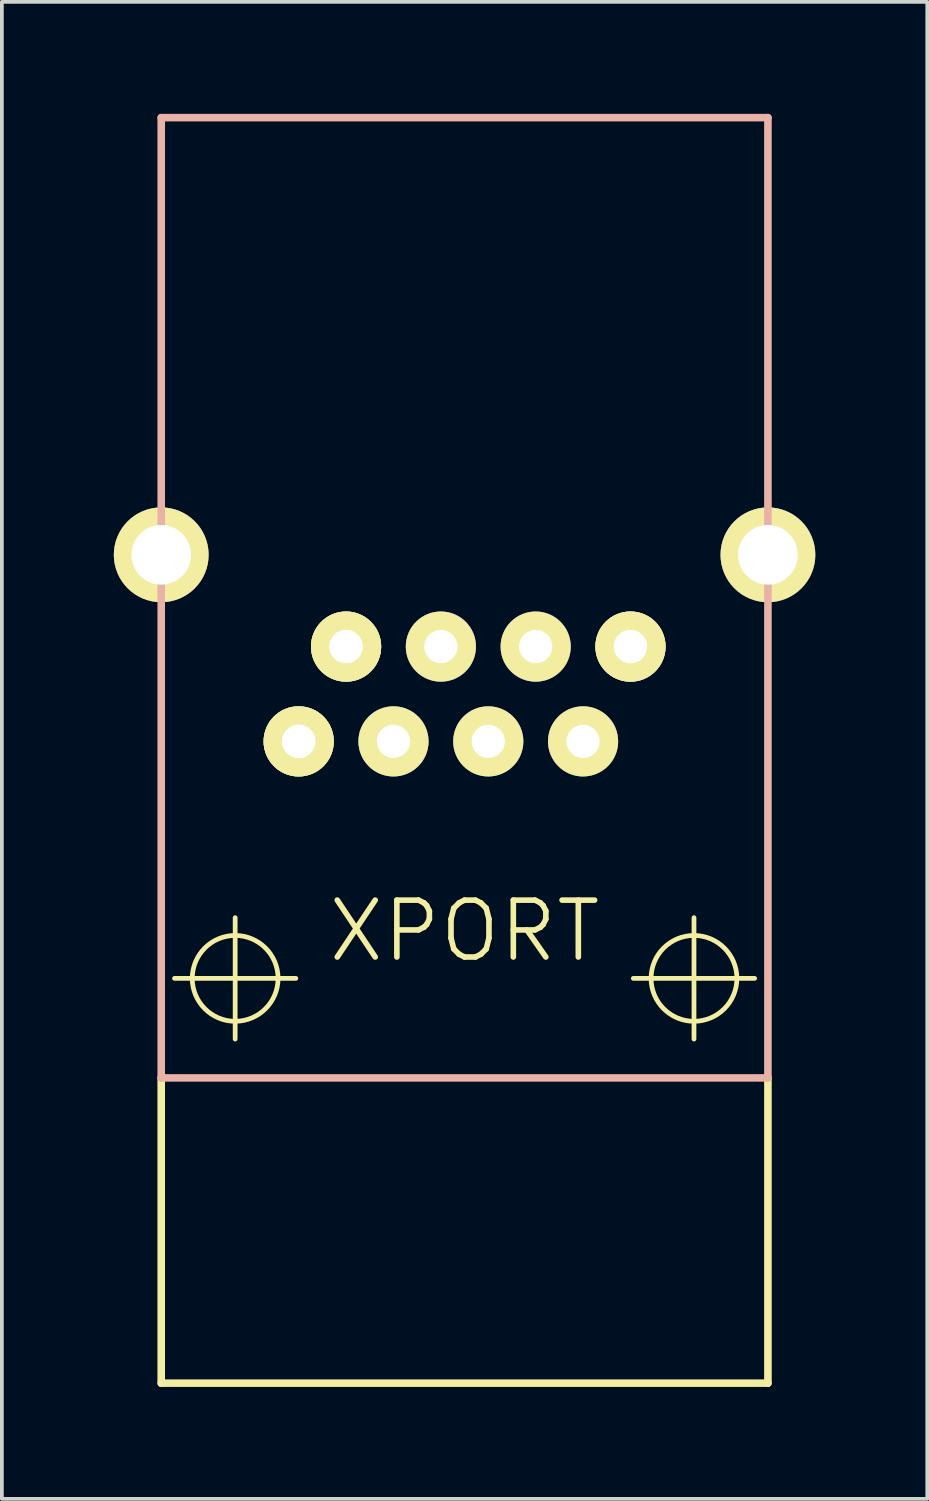
<source format=kicad_pcb>
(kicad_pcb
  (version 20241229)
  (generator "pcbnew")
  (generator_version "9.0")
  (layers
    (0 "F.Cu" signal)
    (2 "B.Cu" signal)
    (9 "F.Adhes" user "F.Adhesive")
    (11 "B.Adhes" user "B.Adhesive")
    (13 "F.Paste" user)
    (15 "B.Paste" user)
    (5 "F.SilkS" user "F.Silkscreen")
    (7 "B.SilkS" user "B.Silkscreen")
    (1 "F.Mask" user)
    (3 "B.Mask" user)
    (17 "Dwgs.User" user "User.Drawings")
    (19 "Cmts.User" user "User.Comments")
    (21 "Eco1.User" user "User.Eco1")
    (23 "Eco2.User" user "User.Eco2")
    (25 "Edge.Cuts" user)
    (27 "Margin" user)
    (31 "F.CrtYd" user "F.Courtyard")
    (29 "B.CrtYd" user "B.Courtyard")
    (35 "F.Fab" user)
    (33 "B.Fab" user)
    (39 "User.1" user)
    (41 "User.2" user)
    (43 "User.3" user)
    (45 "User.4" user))
  (footprint "XPORT"
    (layer "F.Cu")
    (at 9.398 21.895)
    (property "Reference" "XPORT" (at 0 0 0) (layer "F.SilkS") (effects (font (size 1.524 1.524) (thickness 0.15))))
    (attr exclude_from_pos_files exclude_from_bom)
    (fp_line (start -8.128 3.937) (end -8.128 12.116) (stroke (width 0.203) (type solid)) (layer "F.SilkS"))
    (fp_line (start -8.128 12.116) (end 8.128 12.116) (stroke (width 0.203) (type solid)) (layer "F.SilkS"))
    (fp_line (start -7.772 1.27) (end -4.521 1.27) (stroke (width 0.127) (type solid)) (layer "F.SilkS"))
    (fp_line (start -6.147 2.896) (end -6.147 -0.356) (stroke (width 0.127) (type solid)) (layer "F.SilkS"))
    (fp_line (start 4.521 1.27) (end 7.772 1.27) (stroke (width 0.127) (type solid)) (layer "F.SilkS"))
    (fp_line (start 6.147 2.896) (end 6.147 -0.356) (stroke (width 0.127) (type solid)) (layer "F.SilkS"))
    (fp_line (start 8.128 12.116) (end 8.128 3.937) (stroke (width 0.203) (type solid)) (layer "F.SilkS"))
    (fp_circle (center -6.147 1.27) (end -6.96 2.083) (stroke (width 0.127) (type solid)) (fill no) (layer "F.SilkS"))
    (fp_circle (center 6.147 1.27) (end 6.96 2.083) (stroke (width 0.127) (type solid)) (fill no) (layer "F.SilkS"))
    (fp_line (start -8.128 -21.793) (end -8.128 3.937) (stroke (width 0.203) (type solid)) (layer "B.SilkS"))
    (fp_line (start 8.128 -21.793) (end -8.128 -21.793) (stroke (width 0.203) (type solid)) (layer "B.SilkS"))
    (fp_line (start 8.128 3.937) (end -8.128 3.937) (stroke (width 0.203) (type solid)) (layer "B.SilkS"))
    (fp_line (start 8.128 3.937) (end 8.128 -21.793) (stroke (width 0.203) (type solid)) (layer "B.SilkS"))
    (pad "1" thru_hole circle (at -3.175 -7.62) (size 1.88 1.88) (drill 0.889) (layers "*.Cu" "F.Mask" "F.SilkS" "F.Paste"))
    (pad "8" thru_hole circle (at 4.445 -7.62) (size 1.88 1.88) (drill 0.889) (layers "*.Cu" "F.Mask" "F.SilkS" "F.Paste"))
    (pad "10" thru_hole circle (at -4.445 -5.08) (size 1.88 1.88) (drill 0.889) (layers "*.Cu" "F.Mask" "F.SilkS" "F.Paste"))
    (pad "GND@" thru_hole circle (at -8.128 -10.079) (size 2.54 2.54) (drill 1.598) (layers "*.Cu" "F.Mask" "F.SilkS" "F.Paste"))
    (pad "GND@" thru_hole circle (at 8.128 -10.079) (size 2.54 2.54) (drill 1.598) (layers "*.Cu" "F.Mask" "F.SilkS" "F.Paste"))
    (pad "P1" thru_hole circle (at 4.445 -7.62) (size 1.88 1.88) (drill 0.889) (layers "*.Cu" "F.Mask" "F.SilkS" "F.Paste"))
    (pad "P2" thru_hole circle (at 3.175 -5.08) (size 1.88 1.88) (drill 0.889) (layers "*.Cu" "F.Mask" "F.SilkS" "F.Paste"))
    (pad "P3" thru_hole circle (at 1.905 -7.62) (size 1.88 1.88) (drill 0.889) (layers "*.Cu" "F.Mask" "F.SilkS" "F.Paste"))
    (pad "P4" thru_hole circle (at 0.635 -5.08) (size 1.88 1.88) (drill 0.889) (layers "*.Cu" "F.Mask" "F.SilkS" "F.Paste"))
    (pad "P5" thru_hole circle (at -0.635 -7.62) (size 1.88 1.88) (drill 0.889) (layers "*.Cu" "F.Mask" "F.SilkS" "F.Paste"))
    (pad "P6" thru_hole circle (at -1.905 -5.08) (size 1.88 1.88) (drill 0.889) (layers "*.Cu" "F.Mask" "F.SilkS" "F.Paste"))
    (pad "P7" thru_hole circle (at -3.175 -7.62) (size 1.88 1.88) (drill 0.889) (layers "*.Cu" "F.Mask" "F.SilkS" "F.Paste"))
    (pad "P8" thru_hole circle (at -4.445 -5.08) (size 1.88 1.88) (drill 0.889) (layers "*.Cu" "F.Mask" "F.SilkS" "F.Paste")))
  (gr_rect
    (start -3 -3)
    (end 21.796 37.112)
    (stroke (width 0.1) (type default))
    (fill no)
    (layer "Edge.Cuts")))
</source>
